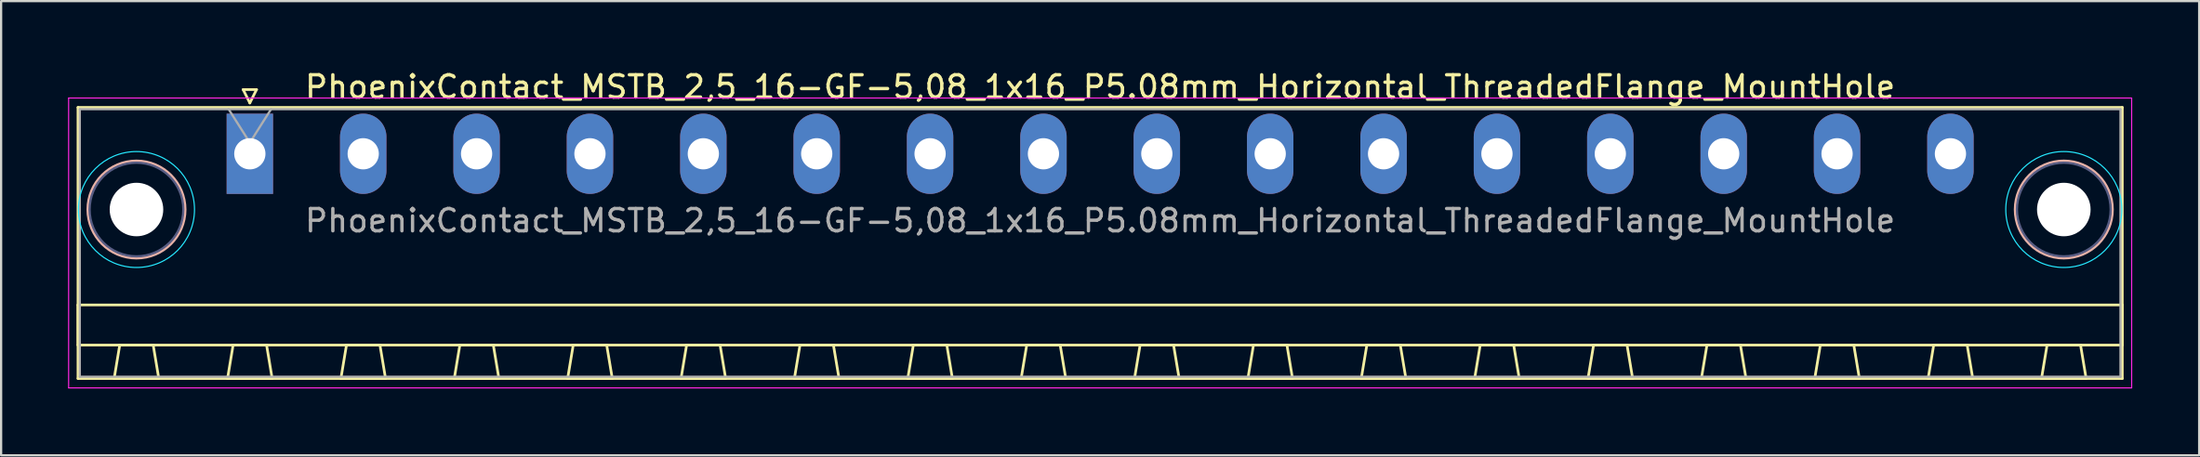
<source format=kicad_pcb>
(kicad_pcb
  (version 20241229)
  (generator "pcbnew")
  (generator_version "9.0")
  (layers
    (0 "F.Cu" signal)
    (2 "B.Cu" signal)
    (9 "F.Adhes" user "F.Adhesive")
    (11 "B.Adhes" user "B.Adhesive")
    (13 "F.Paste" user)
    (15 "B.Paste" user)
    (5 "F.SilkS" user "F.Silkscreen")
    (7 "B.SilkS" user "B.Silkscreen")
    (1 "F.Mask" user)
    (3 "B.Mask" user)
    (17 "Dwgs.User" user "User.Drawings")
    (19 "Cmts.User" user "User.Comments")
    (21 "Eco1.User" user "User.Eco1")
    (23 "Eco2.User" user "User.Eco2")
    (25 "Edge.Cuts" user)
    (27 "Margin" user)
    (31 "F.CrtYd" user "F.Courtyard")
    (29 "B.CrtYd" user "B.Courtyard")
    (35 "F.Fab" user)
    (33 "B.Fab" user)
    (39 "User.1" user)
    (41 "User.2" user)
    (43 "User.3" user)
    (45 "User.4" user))
  (footprint "PhoenixContact_MSTB_2,5_16-GF-5,08_1x16_P5.08mm_Horizontal_ThreadedFlange_MountHole"
    (layer "F.Cu")
    (at 8.145 3.848)
    (property "Reference" "PhoenixContact_MSTB_2,5_16-GF-5,08_1x16_P5.08mm_Horizontal_ThreadedFlange_MountHole" (at 38.1 -3 0) (layer "F.SilkS") (effects (font (size 1 1) (thickness 0.15))))
    (attr through_hole)
    (fp_line (start -7.7 -2.08) (end -7.7 10.08) (stroke (width 0.12) (type solid)) (layer "F.SilkS"))
    (fp_line (start -7.7 6.78) (end 83.9 6.78) (stroke (width 0.12) (type solid)) (layer "F.SilkS"))
    (fp_line (start -7.7 8.58) (end -7.7 6.78) (stroke (width 0.12) (type solid)) (layer "F.SilkS"))
    (fp_line (start -7.7 10.08) (end 83.9 10.08) (stroke (width 0.12) (type solid)) (layer "F.SilkS"))
    (fp_line (start -6.08 10.08) (end -4.08 10.08) (stroke (width 0.12) (type solid)) (layer "F.SilkS"))
    (fp_line (start -5.83 8.58) (end -6.08 10.08) (stroke (width 0.12) (type solid)) (layer "F.SilkS"))
    (fp_line (start -4.33 8.58) (end -5.83 8.58) (stroke (width 0.12) (type solid)) (layer "F.SilkS"))
    (fp_line (start -4.08 10.08) (end -4.33 8.58) (stroke (width 0.12) (type solid)) (layer "F.SilkS"))
    (fp_line (start -1 10.08) (end 1 10.08) (stroke (width 0.12) (type solid)) (layer "F.SilkS"))
    (fp_line (start -0.75 8.58) (end -1 10.08) (stroke (width 0.12) (type solid)) (layer "F.SilkS"))
    (fp_line (start -0.3 -2.88) (end 0.3 -2.88) (stroke (width 0.12) (type solid)) (layer "F.SilkS"))
    (fp_line (start 0 -2.28) (end -0.3 -2.88) (stroke (width 0.12) (type solid)) (layer "F.SilkS"))
    (fp_line (start 0.3 -2.88) (end 0 -2.28) (stroke (width 0.12) (type solid)) (layer "F.SilkS"))
    (fp_line (start 0.75 8.58) (end -0.75 8.58) (stroke (width 0.12) (type solid)) (layer "F.SilkS"))
    (fp_line (start 1 10.08) (end 0.75 8.58) (stroke (width 0.12) (type solid)) (layer "F.SilkS"))
    (fp_line (start 4.08 10.08) (end 6.08 10.08) (stroke (width 0.12) (type solid)) (layer "F.SilkS"))
    (fp_line (start 4.33 8.58) (end 4.08 10.08) (stroke (width 0.12) (type solid)) (layer "F.SilkS"))
    (fp_line (start 5.83 8.58) (end 4.33 8.58) (stroke (width 0.12) (type solid)) (layer "F.SilkS"))
    (fp_line (start 6.08 10.08) (end 5.83 8.58) (stroke (width 0.12) (type solid)) (layer "F.SilkS"))
    (fp_line (start 9.16 10.08) (end 11.16 10.08) (stroke (width 0.12) (type solid)) (layer "F.SilkS"))
    (fp_line (start 9.41 8.58) (end 9.16 10.08) (stroke (width 0.12) (type solid)) (layer "F.SilkS"))
    (fp_line (start 10.91 8.58) (end 9.41 8.58) (stroke (width 0.12) (type solid)) (layer "F.SilkS"))
    (fp_line (start 11.16 10.08) (end 10.91 8.58) (stroke (width 0.12) (type solid)) (layer "F.SilkS"))
    (fp_line (start 14.24 10.08) (end 16.24 10.08) (stroke (width 0.12) (type solid)) (layer "F.SilkS"))
    (fp_line (start 14.49 8.58) (end 14.24 10.08) (stroke (width 0.12) (type solid)) (layer "F.SilkS"))
    (fp_line (start 15.99 8.58) (end 14.49 8.58) (stroke (width 0.12) (type solid)) (layer "F.SilkS"))
    (fp_line (start 16.24 10.08) (end 15.99 8.58) (stroke (width 0.12) (type solid)) (layer "F.SilkS"))
    (fp_line (start 19.32 10.08) (end 21.32 10.08) (stroke (width 0.12) (type solid)) (layer "F.SilkS"))
    (fp_line (start 19.57 8.58) (end 19.32 10.08) (stroke (width 0.12) (type solid)) (layer "F.SilkS"))
    (fp_line (start 21.07 8.58) (end 19.57 8.58) (stroke (width 0.12) (type solid)) (layer "F.SilkS"))
    (fp_line (start 21.32 10.08) (end 21.07 8.58) (stroke (width 0.12) (type solid)) (layer "F.SilkS"))
    (fp_line (start 24.4 10.08) (end 26.4 10.08) (stroke (width 0.12) (type solid)) (layer "F.SilkS"))
    (fp_line (start 24.65 8.58) (end 24.4 10.08) (stroke (width 0.12) (type solid)) (layer "F.SilkS"))
    (fp_line (start 26.15 8.58) (end 24.65 8.58) (stroke (width 0.12) (type solid)) (layer "F.SilkS"))
    (fp_line (start 26.4 10.08) (end 26.15 8.58) (stroke (width 0.12) (type solid)) (layer "F.SilkS"))
    (fp_line (start 29.48 10.08) (end 31.48 10.08) (stroke (width 0.12) (type solid)) (layer "F.SilkS"))
    (fp_line (start 29.73 8.58) (end 29.48 10.08) (stroke (width 0.12) (type solid)) (layer "F.SilkS"))
    (fp_line (start 31.23 8.58) (end 29.73 8.58) (stroke (width 0.12) (type solid)) (layer "F.SilkS"))
    (fp_line (start 31.48 10.08) (end 31.23 8.58) (stroke (width 0.12) (type solid)) (layer "F.SilkS"))
    (fp_line (start 34.56 10.08) (end 36.56 10.08) (stroke (width 0.12) (type solid)) (layer "F.SilkS"))
    (fp_line (start 34.81 8.58) (end 34.56 10.08) (stroke (width 0.12) (type solid)) (layer "F.SilkS"))
    (fp_line (start 36.31 8.58) (end 34.81 8.58) (stroke (width 0.12) (type solid)) (layer "F.SilkS"))
    (fp_line (start 36.56 10.08) (end 36.31 8.58) (stroke (width 0.12) (type solid)) (layer "F.SilkS"))
    (fp_line (start 39.64 10.08) (end 41.64 10.08) (stroke (width 0.12) (type solid)) (layer "F.SilkS"))
    (fp_line (start 39.89 8.58) (end 39.64 10.08) (stroke (width 0.12) (type solid)) (layer "F.SilkS"))
    (fp_line (start 41.39 8.58) (end 39.89 8.58) (stroke (width 0.12) (type solid)) (layer "F.SilkS"))
    (fp_line (start 41.64 10.08) (end 41.39 8.58) (stroke (width 0.12) (type solid)) (layer "F.SilkS"))
    (fp_line (start 44.72 10.08) (end 46.72 10.08) (stroke (width 0.12) (type solid)) (layer "F.SilkS"))
    (fp_line (start 44.97 8.58) (end 44.72 10.08) (stroke (width 0.12) (type solid)) (layer "F.SilkS"))
    (fp_line (start 46.47 8.58) (end 44.97 8.58) (stroke (width 0.12) (type solid)) (layer "F.SilkS"))
    (fp_line (start 46.72 10.08) (end 46.47 8.58) (stroke (width 0.12) (type solid)) (layer "F.SilkS"))
    (fp_line (start 49.8 10.08) (end 51.8 10.08) (stroke (width 0.12) (type solid)) (layer "F.SilkS"))
    (fp_line (start 50.05 8.58) (end 49.8 10.08) (stroke (width 0.12) (type solid)) (layer "F.SilkS"))
    (fp_line (start 51.55 8.58) (end 50.05 8.58) (stroke (width 0.12) (type solid)) (layer "F.SilkS"))
    (fp_line (start 51.8 10.08) (end 51.55 8.58) (stroke (width 0.12) (type solid)) (layer "F.SilkS"))
    (fp_line (start 54.88 10.08) (end 56.88 10.08) (stroke (width 0.12) (type solid)) (layer "F.SilkS"))
    (fp_line (start 55.13 8.58) (end 54.88 10.08) (stroke (width 0.12) (type solid)) (layer "F.SilkS"))
    (fp_line (start 56.63 8.58) (end 55.13 8.58) (stroke (width 0.12) (type solid)) (layer "F.SilkS"))
    (fp_line (start 56.88 10.08) (end 56.63 8.58) (stroke (width 0.12) (type solid)) (layer "F.SilkS"))
    (fp_line (start 59.96 10.08) (end 61.96 10.08) (stroke (width 0.12) (type solid)) (layer "F.SilkS"))
    (fp_line (start 60.21 8.58) (end 59.96 10.08) (stroke (width 0.12) (type solid)) (layer "F.SilkS"))
    (fp_line (start 61.71 8.58) (end 60.21 8.58) (stroke (width 0.12) (type solid)) (layer "F.SilkS"))
    (fp_line (start 61.96 10.08) (end 61.71 8.58) (stroke (width 0.12) (type solid)) (layer "F.SilkS"))
    (fp_line (start 65.04 10.08) (end 67.04 10.08) (stroke (width 0.12) (type solid)) (layer "F.SilkS"))
    (fp_line (start 65.29 8.58) (end 65.04 10.08) (stroke (width 0.12) (type solid)) (layer "F.SilkS"))
    (fp_line (start 66.79 8.58) (end 65.29 8.58) (stroke (width 0.12) (type solid)) (layer "F.SilkS"))
    (fp_line (start 67.04 10.08) (end 66.79 8.58) (stroke (width 0.12) (type solid)) (layer "F.SilkS"))
    (fp_line (start 70.12 10.08) (end 72.12 10.08) (stroke (width 0.12) (type solid)) (layer "F.SilkS"))
    (fp_line (start 70.37 8.58) (end 70.12 10.08) (stroke (width 0.12) (type solid)) (layer "F.SilkS"))
    (fp_line (start 71.87 8.58) (end 70.37 8.58) (stroke (width 0.12) (type solid)) (layer "F.SilkS"))
    (fp_line (start 72.12 10.08) (end 71.87 8.58) (stroke (width 0.12) (type solid)) (layer "F.SilkS"))
    (fp_line (start 75.2 10.08) (end 77.2 10.08) (stroke (width 0.12) (type solid)) (layer "F.SilkS"))
    (fp_line (start 75.45 8.58) (end 75.2 10.08) (stroke (width 0.12) (type solid)) (layer "F.SilkS"))
    (fp_line (start 76.95 8.58) (end 75.45 8.58) (stroke (width 0.12) (type solid)) (layer "F.SilkS"))
    (fp_line (start 77.2 10.08) (end 76.95 8.58) (stroke (width 0.12) (type solid)) (layer "F.SilkS"))
    (fp_line (start 80.28 10.08) (end 82.28 10.08) (stroke (width 0.12) (type solid)) (layer "F.SilkS"))
    (fp_line (start 80.53 8.58) (end 80.28 10.08) (stroke (width 0.12) (type solid)) (layer "F.SilkS"))
    (fp_line (start 82.03 8.58) (end 80.53 8.58) (stroke (width 0.12) (type solid)) (layer "F.SilkS"))
    (fp_line (start 82.28 10.08) (end 82.03 8.58) (stroke (width 0.12) (type solid)) (layer "F.SilkS"))
    (fp_line (start 83.9 -2.08) (end -7.7 -2.08) (stroke (width 0.12) (type solid)) (layer "F.SilkS"))
    (fp_line (start 83.9 6.78) (end 83.9 8.58) (stroke (width 0.12) (type solid)) (layer "F.SilkS"))
    (fp_line (start 83.9 8.58) (end -7.7 8.58) (stroke (width 0.12) (type solid)) (layer "F.SilkS"))
    (fp_line (start 83.9 10.08) (end 83.9 -2.08) (stroke (width 0.12) (type solid)) (layer "F.SilkS"))
    (fp_circle (center -5.08 2.5) (end -2.9 2.5) (stroke (width 0.12) (type solid)) (fill no) (layer "B.SilkS"))
    (fp_circle (center 81.28 2.5) (end 83.46 2.5) (stroke (width 0.12) (type solid)) (fill no) (layer "B.SilkS"))
    (fp_circle (center -5.08 2.5) (end -2.48 2.5) (stroke (width 0.05) (type solid)) (fill no) (layer "B.CrtYd"))
    (fp_circle (center 81.28 2.5) (end 83.88 2.5) (stroke (width 0.05) (type solid)) (fill no) (layer "B.CrtYd"))
    (fp_line (start -8.12 -2.5) (end -8.12 10.5) (stroke (width 0.05) (type solid)) (layer "F.CrtYd"))
    (fp_line (start -8.12 10.5) (end 84.32 10.5) (stroke (width 0.05) (type solid)) (layer "F.CrtYd"))
    (fp_line (start 84.32 -2.5) (end -8.12 -2.5) (stroke (width 0.05) (type solid)) (layer "F.CrtYd"))
    (fp_line (start 84.32 10.5) (end 84.32 -2.5) (stroke (width 0.05) (type solid)) (layer "F.CrtYd"))
    (fp_circle (center -5.08 2.5) (end -2.98 2.5) (stroke (width 0.1) (type solid)) (fill no) (layer "B.Fab"))
    (fp_circle (center 81.28 2.5) (end 83.38 2.5) (stroke (width 0.1) (type solid)) (fill no) (layer "B.Fab"))
    (fp_line (start -7.62 -2) (end -7.62 10) (stroke (width 0.1) (type solid)) (layer "F.Fab"))
    (fp_line (start -7.62 10) (end 83.82 10) (stroke (width 0.1) (type solid)) (layer "F.Fab"))
    (fp_line (start 0 -0.5) (end -0.95 -2) (stroke (width 0.1) (type solid)) (layer "F.Fab"))
    (fp_line (start 0.95 -2) (end 0 -0.5) (stroke (width 0.1) (type solid)) (layer "F.Fab"))
    (fp_line (start 83.82 -2) (end -7.62 -2) (stroke (width 0.1) (type solid)) (layer "F.Fab"))
    (fp_line (start 83.82 10) (end 83.82 -2) (stroke (width 0.1) (type solid)) (layer "F.Fab"))
    (fp_text user "${REFERENCE}" (at 38.1 3 0) (layer "F.Fab") (effects (font (size 1 1) (thickness 0.15))))
    (pad "" np_thru_hole circle (at -5.08 2.5) (size 2.4 2.4) (drill 2.4) (layers "*.Cu" "*.Mask"))
    (pad "" np_thru_hole circle (at 81.28 2.5) (size 2.4 2.4) (drill 2.4) (layers "*.Cu" "*.Mask"))
    (pad "1" thru_hole rect (at 0 0) (size 2.08 3.6) (drill 1.4) (layers "*.Cu" "*.Mask"))
    (pad "2" thru_hole oval (at 5.08 0) (size 2.08 3.6) (drill 1.4) (layers "*.Cu" "*.Mask"))
    (pad "3" thru_hole oval (at 10.16 0) (size 2.08 3.6) (drill 1.4) (layers "*.Cu" "*.Mask"))
    (pad "4" thru_hole oval (at 15.24 0) (size 2.08 3.6) (drill 1.4) (layers "*.Cu" "*.Mask"))
    (pad "5" thru_hole oval (at 20.32 0) (size 2.08 3.6) (drill 1.4) (layers "*.Cu" "*.Mask"))
    (pad "6" thru_hole oval (at 25.4 0) (size 2.08 3.6) (drill 1.4) (layers "*.Cu" "*.Mask"))
    (pad "7" thru_hole oval (at 30.48 0) (size 2.08 3.6) (drill 1.4) (layers "*.Cu" "*.Mask"))
    (pad "8" thru_hole oval (at 35.56 0) (size 2.08 3.6) (drill 1.4) (layers "*.Cu" "*.Mask"))
    (pad "9" thru_hole oval (at 40.64 0) (size 2.08 3.6) (drill 1.4) (layers "*.Cu" "*.Mask"))
    (pad "10" thru_hole oval (at 45.72 0) (size 2.08 3.6) (drill 1.4) (layers "*.Cu" "*.Mask"))
    (pad "11" thru_hole oval (at 50.8 0) (size 2.08 3.6) (drill 1.4) (layers "*.Cu" "*.Mask"))
    (pad "12" thru_hole oval (at 55.88 0) (size 2.08 3.6) (drill 1.4) (layers "*.Cu" "*.Mask"))
    (pad "13" thru_hole oval (at 60.96 0) (size 2.08 3.6) (drill 1.4) (layers "*.Cu" "*.Mask"))
    (pad "14" thru_hole oval (at 66.04 0) (size 2.08 3.6) (drill 1.4) (layers "*.Cu" "*.Mask"))
    (pad "15" thru_hole oval (at 71.12 0) (size 2.08 3.6) (drill 1.4) (layers "*.Cu" "*.Mask"))
    (pad "16" thru_hole oval (at 76.2 0) (size 2.08 3.6) (drill 1.4) (layers "*.Cu" "*.Mask")))
  (gr_rect
    (start -3 -3)
    (end 95.49 17.373)
    (stroke (width 0.1) (type default))
    (fill no)
    (layer "Edge.Cuts")))
</source>
